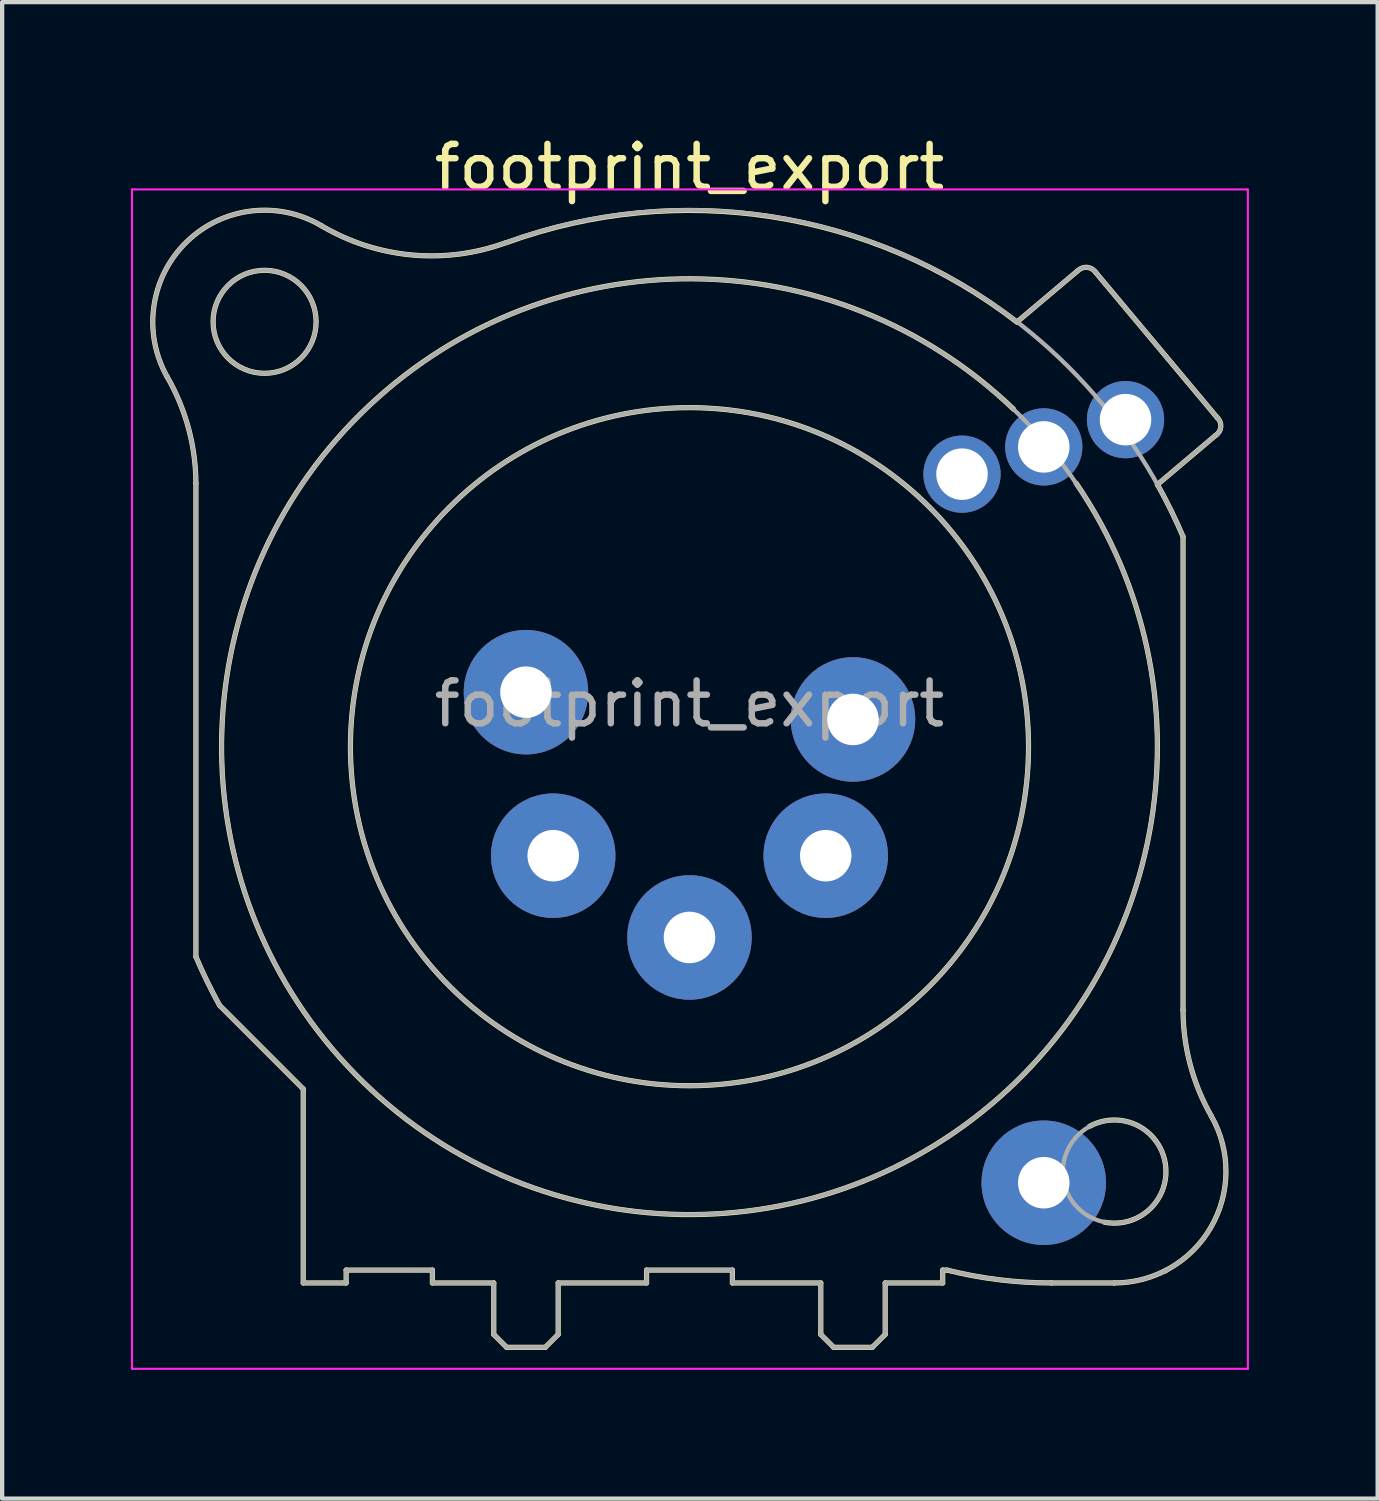
<source format=kicad_pcb>
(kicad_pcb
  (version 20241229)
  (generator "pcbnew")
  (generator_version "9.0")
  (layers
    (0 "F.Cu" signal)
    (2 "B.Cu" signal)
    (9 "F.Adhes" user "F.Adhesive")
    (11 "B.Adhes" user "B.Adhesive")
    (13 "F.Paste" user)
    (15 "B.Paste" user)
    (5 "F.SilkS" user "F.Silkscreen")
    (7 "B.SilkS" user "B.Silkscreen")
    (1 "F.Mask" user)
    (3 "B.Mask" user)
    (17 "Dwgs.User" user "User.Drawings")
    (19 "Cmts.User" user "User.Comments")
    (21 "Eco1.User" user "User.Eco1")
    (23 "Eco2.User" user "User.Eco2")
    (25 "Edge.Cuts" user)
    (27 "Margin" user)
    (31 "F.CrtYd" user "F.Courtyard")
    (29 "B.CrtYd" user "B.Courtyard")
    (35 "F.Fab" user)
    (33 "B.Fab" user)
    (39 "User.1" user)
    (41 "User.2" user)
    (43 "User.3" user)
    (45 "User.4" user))
  (footprint "footprint_export"
    (layer "F.Cu")
    (at 16.825 13.713)
    (property "Reference" "footprint_export" (at -3.81 -12.865 0) (layer "F.SilkS") (effects (font (size 1 1) (thickness 0.15))))
    (attr through_hole)
    (fp_line (start -15.31 -5.5) (end -15.31 5.53) (stroke (width 0.12) (type solid)) (layer "F.SilkS"))
    (fp_line (start -14.76 6.66) (end -12.81 8.61) (stroke (width 0.12) (type solid)) (layer "F.SilkS"))
    (fp_line (start -12.81 8.61) (end -12.81 13.13) (stroke (width 0.12) (type solid)) (layer "F.SilkS"))
    (fp_line (start -11.81 12.83) (end -11.81 13.13) (stroke (width 0.12) (type solid)) (layer "F.SilkS"))
    (fp_line (start -11.81 13.13) (end -12.81 13.13) (stroke (width 0.12) (type solid)) (layer "F.SilkS"))
    (fp_line (start -9.8 12.83) (end -11.81 12.83) (stroke (width 0.12) (type solid)) (layer "F.SilkS"))
    (fp_line (start -9.8 12.83) (end -9.8 13.13) (stroke (width 0.12) (type solid)) (layer "F.SilkS"))
    (fp_line (start -8.37 13.13) (end -9.8 13.13) (stroke (width 0.12) (type solid)) (layer "F.SilkS"))
    (fp_line (start -8.37 13.13) (end -8.37 14.33) (stroke (width 0.12) (type solid)) (layer "F.SilkS"))
    (fp_line (start -8.37 14.33) (end -8.07 14.63) (stroke (width 0.12) (type solid)) (layer "F.SilkS"))
    (fp_line (start -8.07 14.63) (end -7.17 14.63) (stroke (width 0.12) (type solid)) (layer "F.SilkS"))
    (fp_line (start -6.87 13.13) (end -6.87 14.33) (stroke (width 0.12) (type solid)) (layer "F.SilkS"))
    (fp_line (start -6.87 14.33) (end -7.17 14.63) (stroke (width 0.12) (type solid)) (layer "F.SilkS"))
    (fp_line (start -4.81 12.83) (end -4.81 13.13) (stroke (width 0.12) (type solid)) (layer "F.SilkS"))
    (fp_line (start -4.81 12.83) (end -2.81 12.83) (stroke (width 0.12) (type solid)) (layer "F.SilkS"))
    (fp_line (start -4.81 13.13) (end -6.87 13.13) (stroke (width 0.12) (type solid)) (layer "F.SilkS"))
    (fp_line (start -2.81 12.83) (end -2.81 13.13) (stroke (width 0.12) (type solid)) (layer "F.SilkS"))
    (fp_line (start -0.75 13.13) (end -2.81 13.13) (stroke (width 0.12) (type solid)) (layer "F.SilkS"))
    (fp_line (start -0.75 13.13) (end -0.75 14.33) (stroke (width 0.12) (type solid)) (layer "F.SilkS"))
    (fp_line (start -0.75 14.33) (end -0.45 14.63) (stroke (width 0.12) (type solid)) (layer "F.SilkS"))
    (fp_line (start -0.45 14.63) (end 0.45 14.63) (stroke (width 0.12) (type solid)) (layer "F.SilkS"))
    (fp_line (start 0.75 13.13) (end 0.75 14.33) (stroke (width 0.12) (type solid)) (layer "F.SilkS"))
    (fp_line (start 0.75 14.33) (end 0.45 14.63) (stroke (width 0.12) (type solid)) (layer "F.SilkS"))
    (fp_line (start 2.09 12.83) (end 2.09 13.13) (stroke (width 0.12) (type solid)) (layer "F.SilkS"))
    (fp_line (start 2.09 12.83) (end 2.19 12.83) (stroke (width 0.12) (type solid)) (layer "F.SilkS"))
    (fp_line (start 2.09 13.13) (end 0.75 13.13) (stroke (width 0.12) (type solid)) (layer "F.SilkS"))
    (fp_line (start 3.82 -9.26) (end 5.23 -10.45) (stroke (width 0.12) (type solid)) (layer "F.SilkS"))
    (fp_line (start 6.09 13.13) (end 4.62 13.13) (stroke (width 0.12) (type solid)) (layer "F.SilkS"))
    (fp_line (start 7.69 6.77) (end 7.69 -4.26) (stroke (width 0.12) (type solid)) (layer "F.SilkS"))
    (fp_line (start 8.45 -6.62) (end 7.09 -5.47) (stroke (width 0.12) (type solid)) (layer "F.SilkS"))
    (fp_line (start 8.48 -7.04) (end 5.66 -10.41) (stroke (width 0.12) (type solid)) (layer "F.SilkS"))
    (fp_arc (start -15.979585 -7.98114) (mid -15.531071 -11.122847) (end -12.38 -11.5) (stroke (width 0.12) (type solid)) (layer "F.SilkS"))
    (fp_arc (start -15.978065 -7.979621) (mid -15.482459 -6.783342) (end -15.31 -5.5) (stroke (width 0.12) (type solid)) (layer "F.SilkS"))
    (fp_arc (start -14.766969 6.647974) (mid -15.05239 6.095741) (end -15.31 5.53) (stroke (width 0.12) (type solid)) (layer "F.SilkS"))
    (fp_arc (start -8.091246 -11.107072) (mid -10.279718 -10.822246) (end -12.38 -11.5) (stroke (width 0.12) (type solid)) (layer "F.SilkS"))
    (fp_arc (start -8.076266 -11.109228) (mid -1.890733 -11.711835) (end 3.82 -9.26) (stroke (width 0.12) (type solid)) (layer "F.SilkS"))
    (fp_arc (start 4.626277 13.129743) (mid 3.398906 13.05491) (end 2.19 12.83) (stroke (width 0.12) (type solid)) (layer "F.SilkS"))
    (fp_arc (start 5.199539 -5.504132) (mid -12.134617 7.674992) (end 3.74 -7.23) (stroke (width 0.12) (type solid)) (layer "F.SilkS"))
    (fp_arc (start 5.235458 -10.453787) (mid 5.458172 -10.533142) (end 5.66 -10.41) (stroke (width 0.12) (type solid)) (layer "F.SilkS"))
    (fp_arc (start 5.507701 9.483226) (mid 7.277502 10.347546) (end 5.86 11.715) (stroke (width 0.12) (type solid)) (layer "F.SilkS"))
    (fp_arc (start 7.094079 -5.473362) (mid 7.408456 -4.874744) (end 7.69 -4.26) (stroke (width 0.12) (type solid)) (layer "F.SilkS"))
    (fp_arc (start 7.298541 12.835196) (mid 7.274335 12.847725) (end 7.25 12.86) (stroke (width 0.12) (type solid)) (layer "F.SilkS"))
    (fp_arc (start 8.350687 9.245751) (mid 8.337115 11.837852) (end 6.09 13.13) (stroke (width 0.12) (type solid)) (layer "F.SilkS"))
    (fp_arc (start 8.351797 9.24598) (mid 7.859562 8.051113) (end 7.69 6.77) (stroke (width 0.12) (type solid)) (layer "F.SilkS"))
    (fp_arc (start 8.486269 -7.03217) (mid 8.569764 -6.817142) (end 8.45 -6.62) (stroke (width 0.12) (type solid)) (layer "F.SilkS"))
    (fp_circle (center -13.71 -9.265) (end -12.51 -9.265) (stroke (width 0.12) (type solid)) (fill no) (layer "F.SilkS"))
    (fp_circle (center -3.81 0.635) (end 4.09 0.635) (stroke (width 0.12) (type solid)) (fill no) (layer "F.SilkS"))
    (fp_line (start -16.8 -12.35) (end 9.2 -12.35) (stroke (width 0.05) (type solid)) (layer "F.CrtYd"))
    (fp_line (start -16.8 15.13) (end -16.8 -12.35) (stroke (width 0.05) (type solid)) (layer "F.CrtYd"))
    (fp_line (start 9.2 -12.35) (end 9.2 15.13) (stroke (width 0.05) (type solid)) (layer "F.CrtYd"))
    (fp_line (start 9.2 15.13) (end -16.8 15.13) (stroke (width 0.05) (type solid)) (layer "F.CrtYd"))
    (fp_line (start -15.31 -5.5) (end -15.31 5.53) (stroke (width 0.1) (type solid)) (layer "F.Fab"))
    (fp_line (start -14.76 6.66) (end -12.81 8.61) (stroke (width 0.1) (type solid)) (layer "F.Fab"))
    (fp_line (start -12.81 8.61) (end -12.81 13.13) (stroke (width 0.1) (type solid)) (layer "F.Fab"))
    (fp_line (start -11.81 12.83) (end -11.81 13.13) (stroke (width 0.1) (type solid)) (layer "F.Fab"))
    (fp_line (start -11.81 13.13) (end -12.81 13.13) (stroke (width 0.1) (type solid)) (layer "F.Fab"))
    (fp_line (start -9.8 12.83) (end -11.81 12.83) (stroke (width 0.1) (type solid)) (layer "F.Fab"))
    (fp_line (start -9.8 12.83) (end -9.8 13.13) (stroke (width 0.1) (type solid)) (layer "F.Fab"))
    (fp_line (start -8.37 13.13) (end -9.8 13.13) (stroke (width 0.1) (type solid)) (layer "F.Fab"))
    (fp_line (start -8.37 13.13) (end -8.37 14.33) (stroke (width 0.1) (type solid)) (layer "F.Fab"))
    (fp_line (start -8.37 14.33) (end -8.07 14.63) (stroke (width 0.1) (type solid)) (layer "F.Fab"))
    (fp_line (start -8.07 14.63) (end -7.17 14.63) (stroke (width 0.1) (type solid)) (layer "F.Fab"))
    (fp_line (start -6.87 13.13) (end -6.87 14.33) (stroke (width 0.1) (type solid)) (layer "F.Fab"))
    (fp_line (start -6.87 14.33) (end -7.17 14.63) (stroke (width 0.1) (type solid)) (layer "F.Fab"))
    (fp_line (start -4.81 12.83) (end -4.81 13.13) (stroke (width 0.1) (type solid)) (layer "F.Fab"))
    (fp_line (start -4.81 12.83) (end -2.81 12.83) (stroke (width 0.1) (type solid)) (layer "F.Fab"))
    (fp_line (start -4.81 13.13) (end -6.87 13.13) (stroke (width 0.1) (type solid)) (layer "F.Fab"))
    (fp_line (start -2.81 12.83) (end -2.81 13.13) (stroke (width 0.1) (type solid)) (layer "F.Fab"))
    (fp_line (start -0.75 13.13) (end -2.81 13.13) (stroke (width 0.1) (type solid)) (layer "F.Fab"))
    (fp_line (start -0.75 13.13) (end -0.75 14.33) (stroke (width 0.1) (type solid)) (layer "F.Fab"))
    (fp_line (start -0.75 14.33) (end -0.45 14.63) (stroke (width 0.1) (type solid)) (layer "F.Fab"))
    (fp_line (start -0.45 14.63) (end 0.45 14.63) (stroke (width 0.1) (type solid)) (layer "F.Fab"))
    (fp_line (start 0.75 13.13) (end 0.75 14.33) (stroke (width 0.1) (type solid)) (layer "F.Fab"))
    (fp_line (start 0.75 14.33) (end 0.45 14.63) (stroke (width 0.1) (type solid)) (layer "F.Fab"))
    (fp_line (start 2.09 12.83) (end 2.09 13.13) (stroke (width 0.1) (type solid)) (layer "F.Fab"))
    (fp_line (start 2.09 12.83) (end 2.19 12.83) (stroke (width 0.1) (type solid)) (layer "F.Fab"))
    (fp_line (start 2.09 13.13) (end 0.75 13.13) (stroke (width 0.1) (type solid)) (layer "F.Fab"))
    (fp_line (start 3.82 -9.26) (end 5.23 -10.45) (stroke (width 0.1) (type solid)) (layer "F.Fab"))
    (fp_line (start 6.09 13.13) (end 4.62 13.13) (stroke (width 0.1) (type solid)) (layer "F.Fab"))
    (fp_line (start 7.69 6.77) (end 7.69 -4.26) (stroke (width 0.1) (type solid)) (layer "F.Fab"))
    (fp_line (start 8.45 -6.62) (end 7.09 -5.47) (stroke (width 0.1) (type solid)) (layer "F.Fab"))
    (fp_line (start 8.48 -7.04) (end 5.66 -10.41) (stroke (width 0.1) (type solid)) (layer "F.Fab"))
    (fp_arc (start -15.979585 -7.98114) (mid -15.531071 -11.122847) (end -12.38 -11.5) (stroke (width 0.1) (type solid)) (layer "F.Fab"))
    (fp_arc (start -15.978065 -7.979621) (mid -15.482459 -6.783342) (end -15.31 -5.5) (stroke (width 0.1) (type solid)) (layer "F.Fab"))
    (fp_arc (start -14.766969 6.647974) (mid -15.05239 6.095741) (end -15.31 5.53) (stroke (width 0.1) (type solid)) (layer "F.Fab"))
    (fp_arc (start -8.096428 -11.105424) (mid 1.16231 -10.831785) (end 7.69 -4.26) (stroke (width 0.1) (type solid)) (layer "F.Fab"))
    (fp_arc (start -8.091246 -11.107072) (mid -10.279718 -10.822246) (end -12.38 -11.5) (stroke (width 0.1) (type solid)) (layer "F.Fab"))
    (fp_arc (start 4.626277 13.129743) (mid 3.398906 13.05491) (end 2.19 12.83) (stroke (width 0.1) (type solid)) (layer "F.Fab"))
    (fp_arc (start 5.235458 -10.453787) (mid 5.458172 -10.533142) (end 5.66 -10.41) (stroke (width 0.1) (type solid)) (layer "F.Fab"))
    (fp_arc (start 7.298541 12.835196) (mid 7.274335 12.847725) (end 7.25 12.86) (stroke (width 0.1) (type solid)) (layer "F.Fab"))
    (fp_arc (start 8.350687 9.245751) (mid 8.337115 11.837852) (end 6.09 13.13) (stroke (width 0.1) (type solid)) (layer "F.Fab"))
    (fp_arc (start 8.351797 9.24598) (mid 7.859562 8.051113) (end 7.69 6.77) (stroke (width 0.1) (type solid)) (layer "F.Fab"))
    (fp_arc (start 8.486269 -7.03217) (mid 8.569764 -6.817142) (end 8.45 -6.62) (stroke (width 0.1) (type solid)) (layer "F.Fab"))
    (fp_circle (center -13.71 -9.265) (end -12.51 -9.265) (stroke (width 0.1) (type solid)) (fill no) (layer "F.Fab"))
    (fp_circle (center -3.81 0.635) (end 4.09 0.635) (stroke (width 0.1) (type solid)) (fill no) (layer "F.Fab"))
    (fp_circle (center -3.81 0.635) (end 7.09 0.635) (stroke (width 0.1) (type solid)) (fill no) (layer "F.Fab"))
    (fp_circle (center 6.09 10.535) (end 7.29 10.535) (stroke (width 0.1) (type solid)) (fill no) (layer "F.Fab"))
    (fp_text user "${REFERENCE}" (at -3.81 -0.365 0) (layer "F.Fab") (effects (font (size 1 1) (thickness 0.15))))
    (pad "1" thru_hole circle (at 0 0) (size 2.9 2.9) (drill 1.2) (layers "*.Cu" "*.Mask"))
    (pad "2" thru_hole circle (at -0.635 3.175) (size 2.9 2.9) (drill 1.2) (layers "*.Cu" "*.Mask"))
    (pad "3" thru_hole circle (at -3.81 5.08) (size 2.9 2.9) (drill 1.2) (layers "*.Cu" "*.Mask"))
    (pad "4" thru_hole circle (at -6.985 3.175) (size 2.9 2.9) (drill 1.2) (layers "*.Cu" "*.Mask"))
    (pad "5" thru_hole circle (at -7.62 -0.635) (size 2.9 2.9) (drill 1.2) (layers "*.Cu" "*.Mask"))
    (pad "G" thru_hole circle (at 4.445 10.795) (size 2.9 2.9) (drill 1.2) (layers "*.Cu" "*.Mask"))
    (pad "N" thru_hole circle (at 4.445 -6.35) (size 1.8 1.8) (drill 1.2) (layers "*.Cu" "*.Mask"))
    (pad "NC" thru_hole circle (at 2.54 -5.715) (size 1.8 1.8) (drill 1.2) (layers "*.Cu" "*.Mask"))
    (pad "NO" thru_hole circle (at 6.35 -6.985) (size 1.8 1.8) (drill 1.2) (layers "*.Cu" "*.Mask")))
  (gr_rect
    (start -3 -3)
    (end 29.05 31.868)
    (stroke (width 0.1) (type default))
    (fill no)
    (layer "Edge.Cuts")))
</source>
